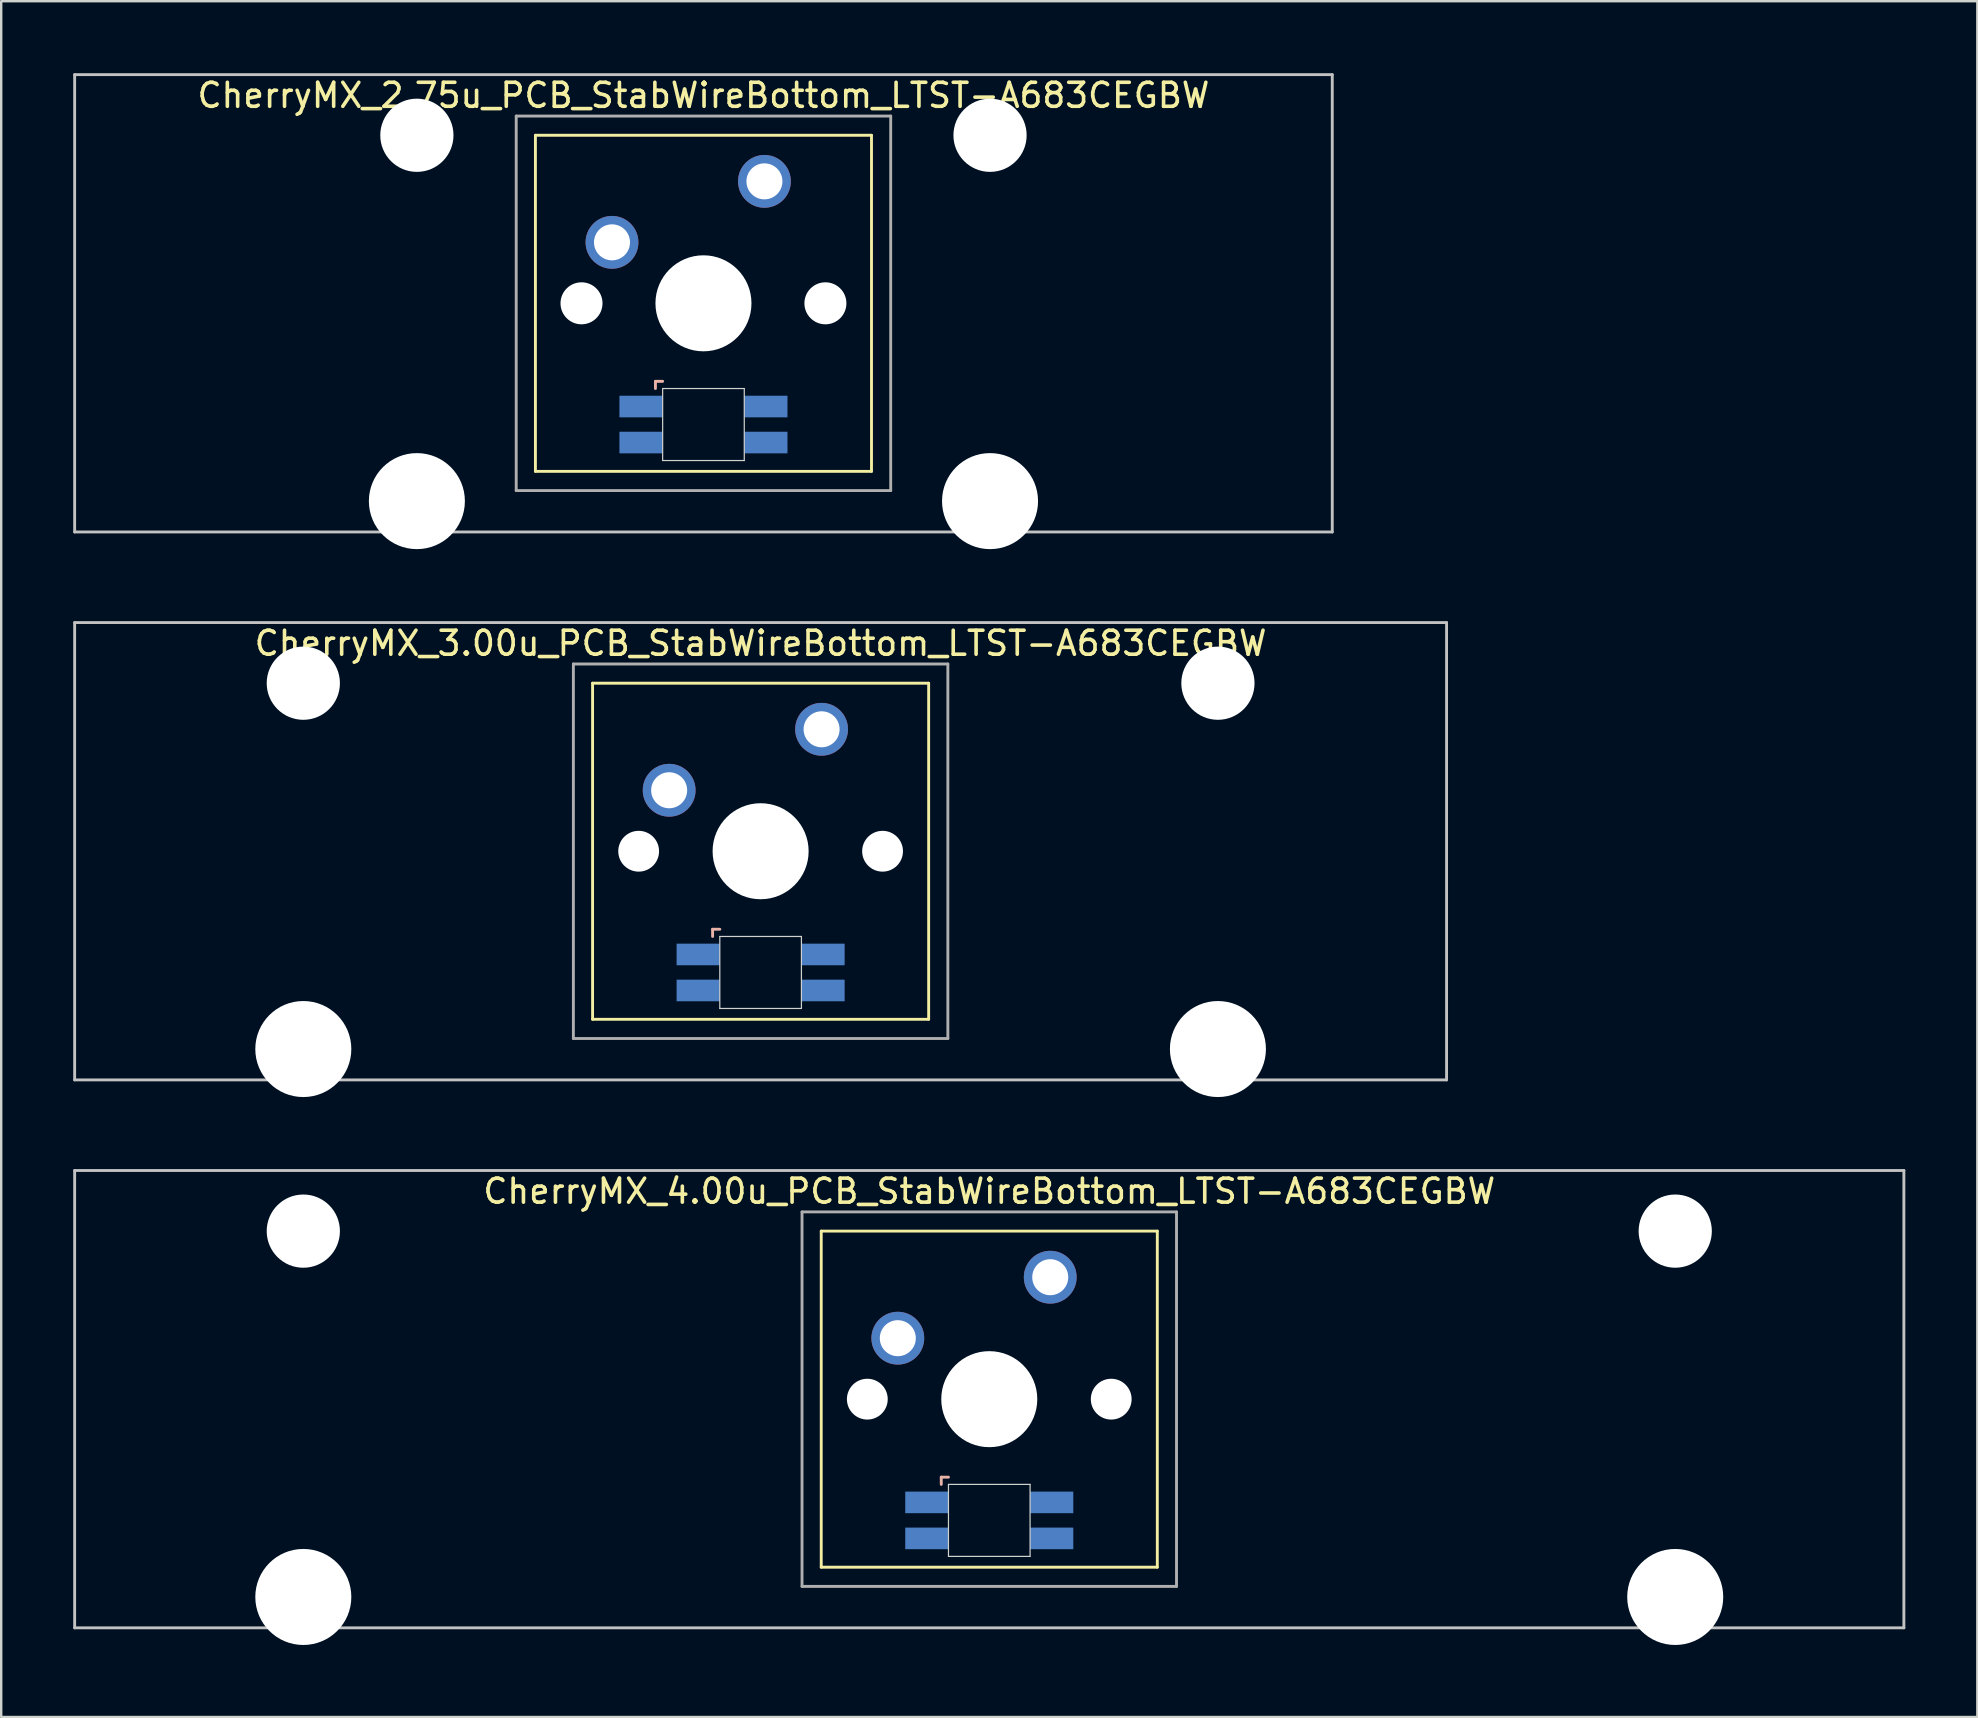
<source format=kicad_pcb>
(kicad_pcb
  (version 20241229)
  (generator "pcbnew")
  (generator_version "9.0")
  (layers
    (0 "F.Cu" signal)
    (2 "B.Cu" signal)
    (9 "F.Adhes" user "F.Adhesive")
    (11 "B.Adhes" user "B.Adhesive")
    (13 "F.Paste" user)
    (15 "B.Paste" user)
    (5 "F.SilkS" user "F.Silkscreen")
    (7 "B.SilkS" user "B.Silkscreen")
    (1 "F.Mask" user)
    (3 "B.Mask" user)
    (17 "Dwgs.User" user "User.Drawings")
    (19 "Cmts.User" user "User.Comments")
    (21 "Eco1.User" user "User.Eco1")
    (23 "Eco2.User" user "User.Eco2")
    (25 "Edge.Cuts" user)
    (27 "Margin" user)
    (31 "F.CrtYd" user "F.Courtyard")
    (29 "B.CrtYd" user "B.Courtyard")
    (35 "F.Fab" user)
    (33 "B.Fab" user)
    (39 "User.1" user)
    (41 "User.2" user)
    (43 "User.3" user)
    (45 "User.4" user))
  (footprint "CherryMX_3.00u_PCB_StabWireBottom_LTST-A683CEGBW"
    (layer "F.Cu")
    (at 28.635 32.41)
    (property "Reference" "CherryMX_3.00u_PCB_StabWireBottom_LTST-A683CEGBW" (at 0 -8.662 0) (layer "F.SilkS") (effects (font (size 1 1) (thickness 0.15))))
    (attr through_hole)
    (fp_line (start -7 -7) (end -7 7) (stroke (width 0.12) (type solid)) (layer "F.SilkS"))
    (fp_line (start -7 -7) (end 7 -7) (stroke (width 0.12) (type solid)) (layer "F.SilkS"))
    (fp_line (start 7 -7) (end 7 7) (stroke (width 0.12) (type solid)) (layer "F.SilkS"))
    (fp_line (start 7 7) (end -7 7) (stroke (width 0.12) (type solid)) (layer "F.SilkS"))
    (fp_line (start -2 3.25) (end -2 3.55) (stroke (width 0.12) (type solid)) (layer "B.SilkS"))
    (fp_line (start -1.7 3.25) (end -2 3.25) (stroke (width 0.12) (type solid)) (layer "B.SilkS"))
    (fp_line (start -28.575 -9.525) (end 28.575 -9.525) (stroke (width 0.12) (type solid)) (layer "Dwgs.User"))
    (fp_line (start -28.575 9.525) (end -28.575 -9.525) (stroke (width 0.12) (type solid)) (layer "Dwgs.User"))
    (fp_line (start 28.575 -9.525) (end 28.575 9.525) (stroke (width 0.12) (type solid)) (layer "Dwgs.User"))
    (fp_line (start 28.575 9.525) (end -28.575 9.525) (stroke (width 0.12) (type solid)) (layer "Dwgs.User"))
    (fp_line (start -1.7 3.55) (end 1.7 3.55) (stroke (width 0.05) (type solid)) (layer "Edge.Cuts"))
    (fp_line (start -1.7 6.55) (end -1.7 3.55) (stroke (width 0.05) (type solid)) (layer "Edge.Cuts"))
    (fp_line (start 1.7 3.55) (end 1.7 6.55) (stroke (width 0.05) (type solid)) (layer "Edge.Cuts"))
    (fp_line (start 1.7 6.55) (end -1.7 6.55) (stroke (width 0.05) (type solid)) (layer "Edge.Cuts"))
    (fp_line (start -7.8 -7.8) (end -7.8 7.8) (stroke (width 0.12) (type solid)) (layer "F.Fab"))
    (fp_line (start -7.8 -7.8) (end 7.8 -7.8) (stroke (width 0.12) (type solid)) (layer "F.Fab"))
    (fp_line (start -7.8 7.8) (end 7.8 7.8) (stroke (width 0.12) (type solid)) (layer "F.Fab"))
    (fp_line (start 7.8 -7.8) (end 7.8 7.8) (stroke (width 0.12) (type solid)) (layer "F.Fab"))
    (pad "" np_thru_hole circle (at -19.05 -7) (size 3.05 3.05) (drill 3.05) (layers "*.Cu" "*.Mask"))
    (pad "" np_thru_hole circle (at -19.05 8.24) (size 4 4) (drill 4) (layers "*.Cu" "*.Mask"))
    (pad "" np_thru_hole circle (at -5.08 0) (size 1.7 1.7) (drill 1.7) (layers "*.Cu" "*.Mask"))
    (pad "" np_thru_hole circle (at 0 0) (size 4 4) (drill 4) (layers "*.Cu" "*.Mask"))
    (pad "" np_thru_hole circle (at 5.08 0) (size 1.7 1.7) (drill 1.7) (layers "*.Cu" "*.Mask"))
    (pad "" np_thru_hole circle (at 19.05 -7) (size 3.05 3.05) (drill 3.05) (layers "*.Cu" "*.Mask"))
    (pad "" np_thru_hole circle (at 19.05 8.24) (size 4 4) (drill 4) (layers "*.Cu" "*.Mask"))
    (pad "1" thru_hole circle (at -3.81 -2.54) (size 2.2 2.2) (drill 1.5) (layers "*.Cu" "*.Mask"))
    (pad "2" thru_hole circle (at 2.54 -5.08) (size 2.2 2.2) (drill 1.5) (layers "*.Cu" "*.Mask"))
    (pad "3" smd rect (at -2.6 4.3) (size 1.8 0.9) (layers "B.Cu" "B.Mask" "B.Paste"))
    (pad "4" smd rect (at -2.6 5.8) (size 1.8 0.9) (layers "B.Cu" "B.Mask" "B.Paste"))
    (pad "5" smd rect (at 2.6 4.3) (size 1.8 0.9) (layers "B.Cu" "B.Mask" "B.Paste"))
    (pad "6" smd rect (at 2.6 5.8) (size 1.8 0.9) (layers "B.Cu" "B.Mask" "B.Paste")))
  (footprint "CherryMX_2.75u_PCB_StabWireBottom_LTST-A683CEGBW"
    (layer "F.Cu")
    (at 26.254 9.585)
    (property "Reference" "CherryMX_2.75u_PCB_StabWireBottom_LTST-A683CEGBW" (at 0 -8.662 0) (layer "F.SilkS") (effects (font (size 1 1) (thickness 0.15))))
    (attr through_hole)
    (fp_line (start -7 -7) (end -7 7) (stroke (width 0.12) (type solid)) (layer "F.SilkS"))
    (fp_line (start -7 -7) (end 7 -7) (stroke (width 0.12) (type solid)) (layer "F.SilkS"))
    (fp_line (start 7 -7) (end 7 7) (stroke (width 0.12) (type solid)) (layer "F.SilkS"))
    (fp_line (start 7 7) (end -7 7) (stroke (width 0.12) (type solid)) (layer "F.SilkS"))
    (fp_line (start -2 3.25) (end -2 3.55) (stroke (width 0.12) (type solid)) (layer "B.SilkS"))
    (fp_line (start -1.7 3.25) (end -2 3.25) (stroke (width 0.12) (type solid)) (layer "B.SilkS"))
    (fp_line (start -26.194 -9.525) (end 26.194 -9.525) (stroke (width 0.12) (type solid)) (layer "Dwgs.User"))
    (fp_line (start -26.194 9.525) (end -26.194 -9.525) (stroke (width 0.12) (type solid)) (layer "Dwgs.User"))
    (fp_line (start 26.194 -9.525) (end 26.194 9.525) (stroke (width 0.12) (type solid)) (layer "Dwgs.User"))
    (fp_line (start 26.194 9.525) (end -26.194 9.525) (stroke (width 0.12) (type solid)) (layer "Dwgs.User"))
    (fp_line (start -1.7 3.55) (end 1.7 3.55) (stroke (width 0.05) (type solid)) (layer "Edge.Cuts"))
    (fp_line (start -1.7 6.55) (end -1.7 3.55) (stroke (width 0.05) (type solid)) (layer "Edge.Cuts"))
    (fp_line (start 1.7 3.55) (end 1.7 6.55) (stroke (width 0.05) (type solid)) (layer "Edge.Cuts"))
    (fp_line (start 1.7 6.55) (end -1.7 6.55) (stroke (width 0.05) (type solid)) (layer "Edge.Cuts"))
    (fp_line (start -7.8 -7.8) (end -7.8 7.8) (stroke (width 0.12) (type solid)) (layer "F.Fab"))
    (fp_line (start -7.8 -7.8) (end 7.8 -7.8) (stroke (width 0.12) (type solid)) (layer "F.Fab"))
    (fp_line (start -7.8 7.8) (end 7.8 7.8) (stroke (width 0.12) (type solid)) (layer "F.Fab"))
    (fp_line (start 7.8 -7.8) (end 7.8 7.8) (stroke (width 0.12) (type solid)) (layer "F.Fab"))
    (pad "" np_thru_hole circle (at -11.938 -7) (size 3.05 3.05) (drill 3.05) (layers "*.Cu" "*.Mask"))
    (pad "" np_thru_hole circle (at -11.938 8.24) (size 4 4) (drill 4) (layers "*.Cu" "*.Mask"))
    (pad "" np_thru_hole circle (at -5.08 0) (size 1.75 1.75) (drill 1.75) (layers "*.Cu" "*.Mask"))
    (pad "" np_thru_hole circle (at 0 0) (size 4 4) (drill 4) (layers "*.Cu" "*.Mask"))
    (pad "" np_thru_hole circle (at 5.08 0) (size 1.75 1.75) (drill 1.75) (layers "*.Cu" "*.Mask"))
    (pad "" np_thru_hole circle (at 11.938 -7) (size 3.05 3.05) (drill 3.05) (layers "*.Cu" "*.Mask"))
    (pad "" np_thru_hole circle (at 11.938 8.24) (size 4 4) (drill 4) (layers "*.Cu" "*.Mask"))
    (pad "1" thru_hole circle (at -3.81 -2.54) (size 2.2 2.2) (drill 1.5) (layers "*.Cu" "*.Mask"))
    (pad "2" thru_hole circle (at 2.54 -5.08) (size 2.2 2.2) (drill 1.5) (layers "*.Cu" "*.Mask"))
    (pad "3" smd rect (at -2.6 4.3) (size 1.8 0.9) (layers "B.Cu" "B.Mask" "B.Paste"))
    (pad "4" smd rect (at -2.6 5.8) (size 1.8 0.9) (layers "B.Cu" "B.Mask" "B.Paste"))
    (pad "5" smd rect (at 2.6 4.3) (size 1.8 0.9) (layers "B.Cu" "B.Mask" "B.Paste"))
    (pad "6" smd rect (at 2.6 5.8) (size 1.8 0.9) (layers "B.Cu" "B.Mask" "B.Paste")))
  (footprint "CherryMX_4.00u_PCB_StabWireBottom_LTST-A683CEGBW"
    (layer "F.Cu")
    (at 38.16 55.235)
    (property "Reference" "CherryMX_4.00u_PCB_StabWireBottom_LTST-A683CEGBW" (at 0 -8.662 0) (layer "F.SilkS") (effects (font (size 1 1) (thickness 0.15))))
    (attr through_hole)
    (fp_line (start -7 -7) (end -7 7) (stroke (width 0.12) (type solid)) (layer "F.SilkS"))
    (fp_line (start -7 -7) (end 7 -7) (stroke (width 0.12) (type solid)) (layer "F.SilkS"))
    (fp_line (start 7 -7) (end 7 7) (stroke (width 0.12) (type solid)) (layer "F.SilkS"))
    (fp_line (start 7 7) (end -7 7) (stroke (width 0.12) (type solid)) (layer "F.SilkS"))
    (fp_line (start -2 3.25) (end -2 3.55) (stroke (width 0.12) (type solid)) (layer "B.SilkS"))
    (fp_line (start -1.7 3.25) (end -2 3.25) (stroke (width 0.12) (type solid)) (layer "B.SilkS"))
    (fp_line (start -38.1 -9.525) (end 38.1 -9.525) (stroke (width 0.12) (type solid)) (layer "Dwgs.User"))
    (fp_line (start -38.1 9.525) (end -38.1 -9.525) (stroke (width 0.12) (type solid)) (layer "Dwgs.User"))
    (fp_line (start 38.1 -9.525) (end 38.1 9.525) (stroke (width 0.12) (type solid)) (layer "Dwgs.User"))
    (fp_line (start 38.1 9.525) (end -38.1 9.525) (stroke (width 0.12) (type solid)) (layer "Dwgs.User"))
    (fp_line (start -1.7 3.55) (end 1.7 3.55) (stroke (width 0.05) (type solid)) (layer "Edge.Cuts"))
    (fp_line (start -1.7 6.55) (end -1.7 3.55) (stroke (width 0.05) (type solid)) (layer "Edge.Cuts"))
    (fp_line (start 1.7 3.55) (end 1.7 6.55) (stroke (width 0.05) (type solid)) (layer "Edge.Cuts"))
    (fp_line (start 1.7 6.55) (end -1.7 6.55) (stroke (width 0.05) (type solid)) (layer "Edge.Cuts"))
    (fp_line (start -7.8 -7.8) (end -7.8 7.8) (stroke (width 0.12) (type solid)) (layer "F.Fab"))
    (fp_line (start -7.8 -7.8) (end 7.8 -7.8) (stroke (width 0.12) (type solid)) (layer "F.Fab"))
    (fp_line (start -7.8 7.8) (end 7.8 7.8) (stroke (width 0.12) (type solid)) (layer "F.Fab"))
    (fp_line (start 7.8 -7.8) (end 7.8 7.8) (stroke (width 0.12) (type solid)) (layer "F.Fab"))
    (pad "" np_thru_hole circle (at -28.575 -7) (size 3.05 3.05) (drill 3.05) (layers "*.Cu" "*.Mask"))
    (pad "" np_thru_hole circle (at -28.575 8.24) (size 4 4) (drill 4) (layers "*.Cu" "*.Mask"))
    (pad "" np_thru_hole circle (at -5.08 0) (size 1.7 1.7) (drill 1.7) (layers "*.Cu" "*.Mask"))
    (pad "" np_thru_hole circle (at 0 0) (size 4 4) (drill 4) (layers "*.Cu" "*.Mask"))
    (pad "" np_thru_hole circle (at 5.08 0) (size 1.7 1.7) (drill 1.7) (layers "*.Cu" "*.Mask"))
    (pad "" np_thru_hole circle (at 28.575 -7) (size 3.05 3.05) (drill 3.05) (layers "*.Cu" "*.Mask"))
    (pad "" np_thru_hole circle (at 28.575 8.24) (size 4 4) (drill 4) (layers "*.Cu" "*.Mask"))
    (pad "1" thru_hole circle (at -3.81 -2.54) (size 2.2 2.2) (drill 1.5) (layers "*.Cu" "*.Mask"))
    (pad "2" thru_hole circle (at 2.54 -5.08) (size 2.2 2.2) (drill 1.5) (layers "*.Cu" "*.Mask"))
    (pad "3" smd rect (at -2.6 4.3) (size 1.8 0.9) (layers "B.Cu" "B.Mask" "B.Paste"))
    (pad "4" smd rect (at -2.6 5.8) (size 1.8 0.9) (layers "B.Cu" "B.Mask" "B.Paste"))
    (pad "5" smd rect (at 2.6 4.3) (size 1.8 0.9) (layers "B.Cu" "B.Mask" "B.Paste"))
    (pad "6" smd rect (at 2.6 5.8) (size 1.8 0.9) (layers "B.Cu" "B.Mask" "B.Paste")))
  (gr_rect
    (start -3 -3)
    (end 79.32 68.475)
    (stroke (width 0.1) (type default))
    (fill no)
    (layer "Edge.Cuts")))
</source>
